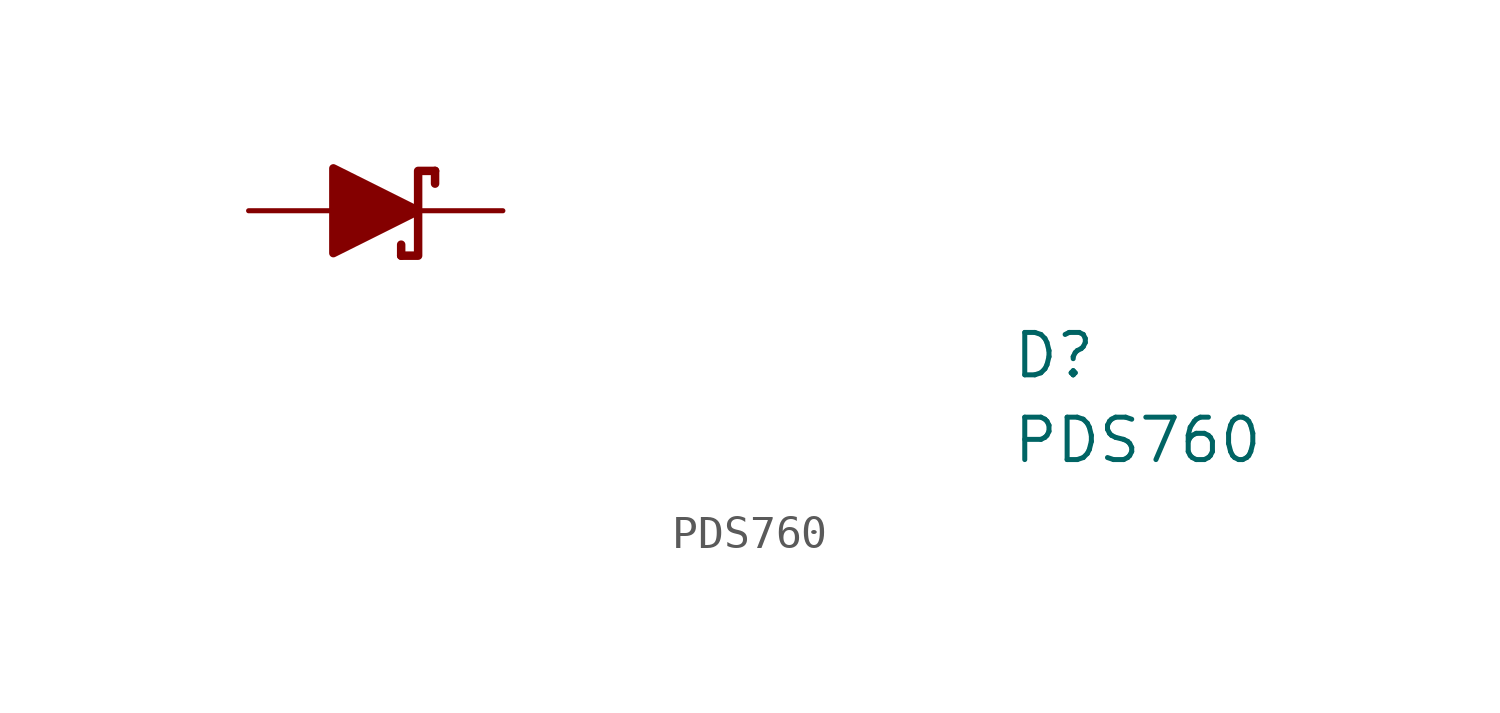
<source format=kicad_sym>
(kicad_symbol_lib
  (version 20211014)
  (generator kicad_symbol_editor)
  (symbol "PDS760"
    (pin_numbers hide)
    (pin_names hide)
    (property "Reference" "D"
      (at 22.86 -5.08 0)
      (effects (font (size 1.27 1.27) (thickness 0.15)) (justify left bottom)))
    (property "Value" "PDS760"
      (at 22.86 -7.62 0)
      (effects (font (size 1.27 1.27) (thickness 0.15)) (justify left bottom)))
    (symbol "PDS760_1_1"
      (polyline (pts (xy 4.572 -1.016) (xy 4.572 -1.346)) (stroke (width 0.254) (type default) (color 0 0 0 0)) (fill (type background)))
      (polyline (pts (xy 5.588 1.194) (xy 5.588 0.813)) (stroke (width 0.254) (type default) (color 0 0 0 0)) (fill (type background)))
      (polyline (pts (xy 2.54 1.27) (xy 2.54 -1.27) (xy 5.08 0) (xy 2.54 1.27)) (stroke (width 0.254) (type default) (color 0 0 0 0)) (fill (type outline)))
      (polyline (pts (xy 5.588 1.194) (xy 5.08 1.194) (xy 5.08 -1.346) (xy 4.572 -1.346)) (stroke (width 0.254) (type default) (color 0 0 0 0)) (fill (type none)))
      (pin passive line (at 0 0 0) (length 2.54) (name "A" (effects (font (size 1.27 1.27)))) (number "A" (effects (font (size 1.27 1.27)))))
      (pin passive line (at 7.62 0 180) (length 2.54) (name "C" (effects (font (size 1.27 1.27)))) (number "C" (effects (font (size 1.27 1.27))))))))
</source>
